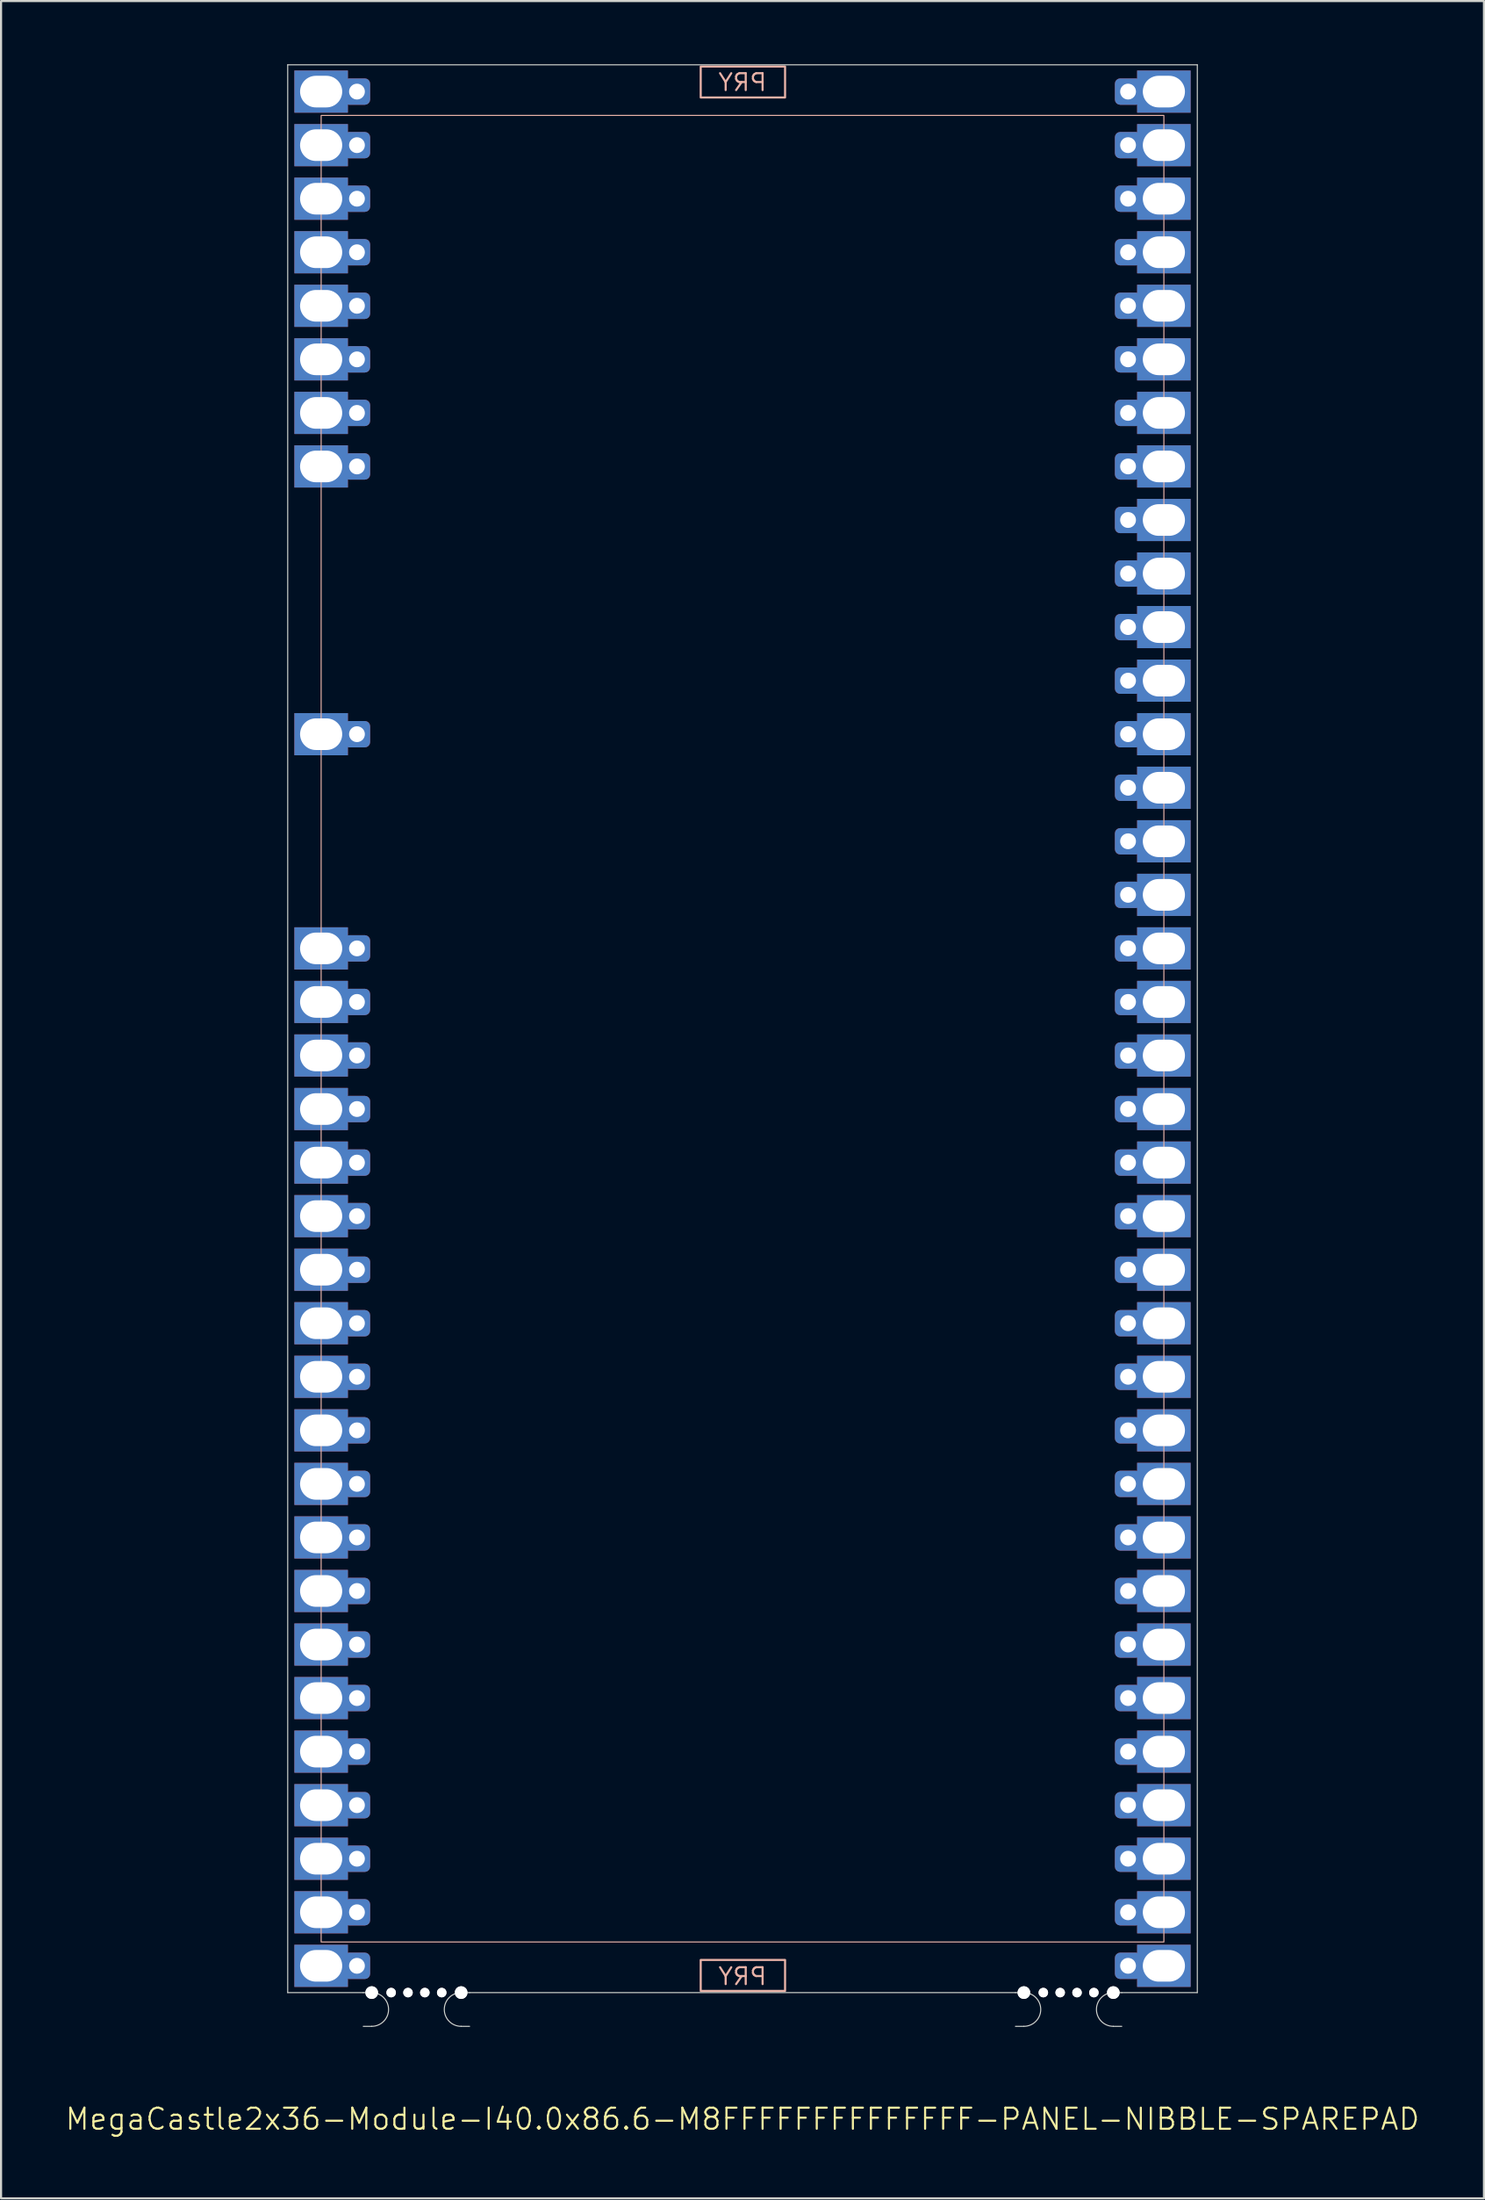
<source format=kicad_pcb>
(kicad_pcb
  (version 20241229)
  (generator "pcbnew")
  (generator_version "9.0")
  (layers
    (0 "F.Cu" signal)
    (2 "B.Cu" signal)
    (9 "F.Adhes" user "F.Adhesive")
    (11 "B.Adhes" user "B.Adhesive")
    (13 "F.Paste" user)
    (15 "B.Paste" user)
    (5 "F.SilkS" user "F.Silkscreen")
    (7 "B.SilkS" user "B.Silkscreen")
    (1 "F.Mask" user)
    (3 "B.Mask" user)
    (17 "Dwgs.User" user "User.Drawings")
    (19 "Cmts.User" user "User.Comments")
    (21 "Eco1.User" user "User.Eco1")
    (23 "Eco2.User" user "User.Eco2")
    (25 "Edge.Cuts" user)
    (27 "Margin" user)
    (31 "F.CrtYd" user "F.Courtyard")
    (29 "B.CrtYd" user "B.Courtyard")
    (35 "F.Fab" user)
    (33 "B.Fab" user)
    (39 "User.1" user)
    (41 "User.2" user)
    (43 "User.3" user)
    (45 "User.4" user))
  (footprint "MegaCastle2x36-Module-I40.0x86.6-M8FFFFFFFFFFFFFF-PANEL-NIBBLE-SPAREPAD"
    (layer "F.Cu")
    (at 32.193 45.745)
    (property "Reference" "MegaCastle2x36-Module-I40.0x86.6-M8FFFFFFFFFFFFFF-PANEL-NIBBLE-SPAREPAD" (at 0 51.72 0) (unlocked yes) (layer "F.SilkS") (effects (font (size 1 1) (thickness 0.1))))
    (attr smd)
    (fp_rect (start -20 43.32) (end 20 -43.32) (stroke (width 0.05) (type default)) (fill no) (layer "B.SilkS"))
    (fp_rect (start -1.984 -44.171) (end 2.02 -45.64) (stroke (width 0.1) (type default)) (fill no) (layer "B.SilkS"))
    (fp_rect (start -1.984 44.171) (end 2.02 45.64) (stroke (width 0.1) (type default)) (fill no) (layer "B.SilkS"))
    (fp_line (start -21.587 -45.72) (end -21.587 45.72) (stroke (width 0.05) (type default)) (layer "Edge.Cuts"))
    (fp_line (start -21.587 -45.72) (end 21.587 -45.72) (stroke (width 0.05) (type default)) (layer "Edge.Cuts"))
    (fp_line (start -21.587 45.72) (end -18 45.72) (stroke (width 0.05) (type default)) (layer "Edge.Cuts"))
    (fp_line (start -18 45.72) (end -17.6 45.72) (stroke (width 0.05) (type default)) (layer "Edge.Cuts"))
    (fp_line (start -18 47.32) (end -17.6 47.32) (stroke (width 0.05) (type default)) (layer "Edge.Cuts"))
    (fp_line (start -12.955 45.72) (end -13.355 45.72) (stroke (width 0.05) (type default)) (layer "Edge.Cuts"))
    (fp_line (start -12.955 45.72) (end 12.955 45.72) (stroke (width 0.05) (type default)) (layer "Edge.Cuts"))
    (fp_line (start -12.955 47.32) (end -13.355 47.32) (stroke (width 0.05) (type default)) (layer "Edge.Cuts"))
    (fp_line (start 12.955 45.72) (end 13.355 45.72) (stroke (width 0.05) (type default)) (layer "Edge.Cuts"))
    (fp_line (start 12.955 47.32) (end 13.355 47.32) (stroke (width 0.05) (type default)) (layer "Edge.Cuts"))
    (fp_line (start 18 45.72) (end 17.6 45.72) (stroke (width 0.05) (type default)) (layer "Edge.Cuts"))
    (fp_line (start 18 45.72) (end 21.587 45.72) (stroke (width 0.05) (type default)) (layer "Edge.Cuts"))
    (fp_line (start 18 47.32) (end 17.6 47.32) (stroke (width 0.05) (type default)) (layer "Edge.Cuts"))
    (fp_line (start 21.587 -45.72) (end 21.587 45.72) (stroke (width 0.05) (type default)) (layer "Edge.Cuts"))
    (fp_arc (start -17.6 45.720001) (mid -16.799999 46.52) (end -17.6 47.32) (stroke (width 0.05) (type default)) (layer "Edge.Cuts"))
    (fp_arc (start -13.355 47.32) (mid -14.154999 46.520001) (end -13.355 45.720001) (stroke (width 0.05) (type default)) (layer "Edge.Cuts"))
    (fp_arc (start 13.355001 45.720001) (mid 14.155002 46.52) (end 13.355001 47.32) (stroke (width 0.05) (type default)) (layer "Edge.Cuts"))
    (fp_arc (start 17.600002 47.32) (mid 16.8 46.52) (end 17.600002 45.720001) (stroke (width 0.05) (type default)) (layer "Edge.Cuts"))
    (fp_text user "PRY" (at 0 45.42 0) (unlocked yes) (layer "B.SilkS") (effects (font (size 0.8 0.8) (thickness 0.1)) (justify bottom mirror)))
    (fp_text user "PRY" (at 0 -44.42 0) (unlocked yes) (layer "B.SilkS") (effects (font (size 0.8 0.8) (thickness 0.1)) (justify bottom mirror)))
    (pad "" np_thru_hole circle (at -17.6 45.72) (size 0.6 0.6) (drill 0.6) (layers "*.Cu" "Edge.Cuts"))
    (pad "" np_thru_hole circle (at -16.677 45.72) (size 0.45 0.45) (drill 0.45) (layers "*.Cu" "Edge.Cuts"))
    (pad "" np_thru_hole circle (at -15.878 45.72) (size 0.45 0.45) (drill 0.45) (layers "*.Cu" "Edge.Cuts"))
    (pad "" np_thru_hole circle (at -15.078 45.72) (size 0.45 0.45) (drill 0.45) (layers "*.Cu" "Edge.Cuts"))
    (pad "" np_thru_hole circle (at -14.277 45.72) (size 0.45 0.45) (drill 0.45) (layers "*.Cu" "Edge.Cuts"))
    (pad "" np_thru_hole circle (at -13.355 45.72) (size 0.6 0.6) (drill 0.6) (layers "*.Cu" "Edge.Cuts"))
    (pad "" np_thru_hole circle (at 13.355 45.72) (size 0.6 0.6) (drill 0.6) (layers "*.Cu" "Edge.Cuts"))
    (pad "" np_thru_hole circle (at 14.278 45.72) (size 0.45 0.45) (drill 0.45) (layers "*.Cu" "Edge.Cuts"))
    (pad "" np_thru_hole circle (at 15.078 45.72) (size 0.45 0.45) (drill 0.45) (layers "*.Cu" "Edge.Cuts"))
    (pad "" np_thru_hole circle (at 15.878 45.72) (size 0.45 0.45) (drill 0.45) (layers "*.Cu" "Edge.Cuts"))
    (pad "" np_thru_hole circle (at 16.678 45.72) (size 0.45 0.45) (drill 0.45) (layers "*.Cu" "Edge.Cuts"))
    (pad "" np_thru_hole circle (at 17.6 45.72) (size 0.6 0.6) (drill 0.6) (layers "*.Cu" "Edge.Cuts"))
    (pad "1" thru_hole rect (at -20 -44.45) (size 2.54 2) (drill oval 2 1.5) (property pad_prop_castellated) (layers "*.Cu" "*.Mask"))
    (pad "1" thru_hole roundrect (at -18.3 -44.45 180) (size 1.25 1.25) (drill 0.75) (layers "*.Cu" "*.Mask") (roundrect_rratio 0.2))
    (pad "2" thru_hole rect (at -20 -41.91) (size 2.54 2) (drill oval 2 1.5) (property pad_prop_castellated) (layers "*.Cu" "*.Mask"))
    (pad "2" thru_hole roundrect (at -18.3 -41.91 180) (size 1.25 1.25) (drill 0.75) (layers "*.Cu" "*.Mask") (roundrect_rratio 0.2))
    (pad "3" thru_hole rect (at -20 -39.37) (size 2.54 2) (drill oval 2 1.5) (property pad_prop_castellated) (layers "*.Cu" "*.Mask"))
    (pad "3" thru_hole roundrect (at -18.3 -39.37 180) (size 1.25 1.25) (drill 0.75) (layers "*.Cu" "*.Mask") (roundrect_rratio 0.2))
    (pad "4" thru_hole rect (at -20 -36.83) (size 2.54 2) (drill oval 2 1.5) (property pad_prop_castellated) (layers "*.Cu" "*.Mask"))
    (pad "4" thru_hole roundrect (at -18.3 -36.83 180) (size 1.25 1.25) (drill 0.75) (layers "*.Cu" "*.Mask") (roundrect_rratio 0.2))
    (pad "5" thru_hole rect (at -20 -34.29) (size 2.54 2) (drill oval 2 1.5) (property pad_prop_castellated) (layers "*.Cu" "*.Mask"))
    (pad "5" thru_hole roundrect (at -18.3 -34.29 180) (size 1.25 1.25) (drill 0.75) (layers "*.Cu" "*.Mask") (roundrect_rratio 0.2))
    (pad "6" thru_hole rect (at -20 -31.75) (size 2.54 2) (drill oval 2 1.5) (property pad_prop_castellated) (layers "*.Cu" "*.Mask"))
    (pad "6" thru_hole roundrect (at -18.3 -31.75 180) (size 1.25 1.25) (drill 0.75) (layers "*.Cu" "*.Mask") (roundrect_rratio 0.2))
    (pad "7" thru_hole rect (at -20 -29.21) (size 2.54 2) (drill oval 2 1.5) (property pad_prop_castellated) (layers "*.Cu" "*.Mask"))
    (pad "7" thru_hole roundrect (at -18.3 -29.21 180) (size 1.25 1.25) (drill 0.75) (layers "*.Cu" "*.Mask") (roundrect_rratio 0.2))
    (pad "8" thru_hole rect (at -20 -26.67) (size 2.54 2) (drill oval 2 1.5) (property pad_prop_castellated) (layers "*.Cu" "*.Mask"))
    (pad "8" thru_hole roundrect (at -18.3 -26.67 180) (size 1.25 1.25) (drill 0.75) (layers "*.Cu" "*.Mask") (roundrect_rratio 0.2))
    (pad "13" thru_hole rect (at -20 -13.97) (size 2.54 2) (drill oval 2 1.5) (property pad_prop_castellated) (layers "*.Cu" "*.Mask"))
    (pad "13" thru_hole roundrect (at -18.3 -13.97 180) (size 1.25 1.25) (drill 0.75) (layers "*.Cu" "*.Mask") (roundrect_rratio 0.2))
    (pad "17" thru_hole rect (at -20 -3.81) (size 2.54 2) (drill oval 2 1.5) (property pad_prop_castellated) (layers "*.Cu" "*.Mask"))
    (pad "17" thru_hole roundrect (at -18.3 -3.81 180) (size 1.25 1.25) (drill 0.75) (layers "*.Cu" "*.Mask") (roundrect_rratio 0.2))
    (pad "18" thru_hole rect (at -20 -1.27) (size 2.54 2) (drill oval 2 1.5) (property pad_prop_castellated) (layers "*.Cu" "*.Mask"))
    (pad "18" thru_hole roundrect (at -18.3 -1.27 180) (size 1.25 1.25) (drill 0.75) (layers "*.Cu" "*.Mask") (roundrect_rratio 0.2))
    (pad "19" thru_hole rect (at -20 1.27) (size 2.54 2) (drill oval 2 1.5) (property pad_prop_castellated) (layers "*.Cu" "*.Mask"))
    (pad "19" thru_hole roundrect (at -18.3 1.27 180) (size 1.25 1.25) (drill 0.75) (layers "*.Cu" "*.Mask") (roundrect_rratio 0.2))
    (pad "20" thru_hole rect (at -20 3.81) (size 2.54 2) (drill oval 2 1.5) (property pad_prop_castellated) (layers "*.Cu" "*.Mask"))
    (pad "20" thru_hole roundrect (at -18.3 3.81 180) (size 1.25 1.25) (drill 0.75) (layers "*.Cu" "*.Mask") (roundrect_rratio 0.2))
    (pad "21" thru_hole rect (at -20 6.35) (size 2.54 2) (drill oval 2 1.5) (property pad_prop_castellated) (layers "*.Cu" "*.Mask"))
    (pad "21" thru_hole roundrect (at -18.3 6.35 180) (size 1.25 1.25) (drill 0.75) (layers "*.Cu" "*.Mask") (roundrect_rratio 0.2))
    (pad "22" thru_hole rect (at -20 8.89) (size 2.54 2) (drill oval 2 1.5) (property pad_prop_castellated) (layers "*.Cu" "*.Mask"))
    (pad "22" thru_hole roundrect (at -18.3 8.89 180) (size 1.25 1.25) (drill 0.75) (layers "*.Cu" "*.Mask") (roundrect_rratio 0.2))
    (pad "23" thru_hole rect (at -20 11.43) (size 2.54 2) (drill oval 2 1.5) (property pad_prop_castellated) (layers "*.Cu" "*.Mask"))
    (pad "23" thru_hole roundrect (at -18.3 11.43 180) (size 1.25 1.25) (drill 0.75) (layers "*.Cu" "*.Mask") (roundrect_rratio 0.2))
    (pad "24" thru_hole rect (at -20 13.97) (size 2.54 2) (drill oval 2 1.5) (property pad_prop_castellated) (layers "*.Cu" "*.Mask"))
    (pad "24" thru_hole roundrect (at -18.3 13.97 180) (size 1.25 1.25) (drill 0.75) (layers "*.Cu" "*.Mask") (roundrect_rratio 0.2))
    (pad "25" thru_hole rect (at -20 16.51) (size 2.54 2) (drill oval 2 1.5) (property pad_prop_castellated) (layers "*.Cu" "*.Mask"))
    (pad "25" thru_hole roundrect (at -18.3 16.51 180) (size 1.25 1.25) (drill 0.75) (layers "*.Cu" "*.Mask") (roundrect_rratio 0.2))
    (pad "26" thru_hole rect (at -20 19.05) (size 2.54 2) (drill oval 2 1.5) (property pad_prop_castellated) (layers "*.Cu" "*.Mask"))
    (pad "26" thru_hole roundrect (at -18.3 19.05 180) (size 1.25 1.25) (drill 0.75) (layers "*.Cu" "*.Mask") (roundrect_rratio 0.2))
    (pad "27" thru_hole rect (at -20 21.59) (size 2.54 2) (drill oval 2 1.5) (property pad_prop_castellated) (layers "*.Cu" "*.Mask"))
    (pad "27" thru_hole roundrect (at -18.3 21.59 180) (size 1.25 1.25) (drill 0.75) (layers "*.Cu" "*.Mask") (roundrect_rratio 0.2))
    (pad "28" thru_hole rect (at -20 24.13) (size 2.54 2) (drill oval 2 1.5) (property pad_prop_castellated) (layers "*.Cu" "*.Mask"))
    (pad "28" thru_hole roundrect (at -18.3 24.13 180) (size 1.25 1.25) (drill 0.75) (layers "*.Cu" "*.Mask") (roundrect_rratio 0.2))
    (pad "29" thru_hole rect (at -20 26.67) (size 2.54 2) (drill oval 2 1.5) (property pad_prop_castellated) (layers "*.Cu" "*.Mask"))
    (pad "29" thru_hole roundrect (at -18.3 26.67 180) (size 1.25 1.25) (drill 0.75) (layers "*.Cu" "*.Mask") (roundrect_rratio 0.2))
    (pad "30" thru_hole rect (at -20 29.21) (size 2.54 2) (drill oval 2 1.5) (property pad_prop_castellated) (layers "*.Cu" "*.Mask"))
    (pad "30" thru_hole roundrect (at -18.3 29.21 180) (size 1.25 1.25) (drill 0.75) (layers "*.Cu" "*.Mask") (roundrect_rratio 0.2))
    (pad "31" thru_hole rect (at -20 31.75) (size 2.54 2) (drill oval 2 1.5) (property pad_prop_castellated) (layers "*.Cu" "*.Mask"))
    (pad "31" thru_hole roundrect (at -18.3 31.75 180) (size 1.25 1.25) (drill 0.75) (layers "*.Cu" "*.Mask") (roundrect_rratio 0.2))
    (pad "32" thru_hole rect (at -20 34.29) (size 2.54 2) (drill oval 2 1.5) (property pad_prop_castellated) (layers "*.Cu" "*.Mask"))
    (pad "32" thru_hole roundrect (at -18.3 34.29 180) (size 1.25 1.25) (drill 0.75) (layers "*.Cu" "*.Mask") (roundrect_rratio 0.2))
    (pad "33" thru_hole rect (at -20 36.83) (size 2.54 2) (drill oval 2 1.5) (property pad_prop_castellated) (layers "*.Cu" "*.Mask"))
    (pad "33" thru_hole roundrect (at -18.3 36.83 180) (size 1.25 1.25) (drill 0.75) (layers "*.Cu" "*.Mask") (roundrect_rratio 0.2))
    (pad "34" thru_hole rect (at -20 39.37) (size 2.54 2) (drill oval 2 1.5) (property pad_prop_castellated) (layers "*.Cu" "*.Mask"))
    (pad "34" thru_hole roundrect (at -18.3 39.37 180) (size 1.25 1.25) (drill 0.75) (layers "*.Cu" "*.Mask") (roundrect_rratio 0.2))
    (pad "35" thru_hole rect (at -20 41.91) (size 2.54 2) (drill oval 2 1.5) (property pad_prop_castellated) (layers "*.Cu" "*.Mask"))
    (pad "35" thru_hole roundrect (at -18.3 41.91 180) (size 1.25 1.25) (drill 0.75) (layers "*.Cu" "*.Mask") (roundrect_rratio 0.2))
    (pad "36" thru_hole rect (at -20 44.45) (size 2.54 2) (drill oval 2 1.5) (property pad_prop_castellated) (layers "*.Cu" "*.Mask"))
    (pad "36" thru_hole roundrect (at -18.3 44.45 180) (size 1.25 1.25) (drill 0.75) (layers "*.Cu" "*.Mask") (roundrect_rratio 0.2))
    (pad "37" thru_hole roundrect (at 18.3 -44.45 180) (size 1.25 1.25) (drill 0.75) (layers "*.Cu" "*.Mask") (roundrect_rratio 0.2))
    (pad "37" thru_hole rect (at 20 -44.45) (size 2.54 2) (drill oval 2 1.5) (property pad_prop_castellated) (layers "*.Cu" "*.Mask"))
    (pad "38" thru_hole roundrect (at 18.3 -41.91 180) (size 1.25 1.25) (drill 0.75) (layers "*.Cu" "*.Mask") (roundrect_rratio 0.2))
    (pad "38" thru_hole rect (at 20 -41.91) (size 2.54 2) (drill oval 2 1.5) (property pad_prop_castellated) (layers "*.Cu" "*.Mask"))
    (pad "39" thru_hole roundrect (at 18.3 -39.37 180) (size 1.25 1.25) (drill 0.75) (layers "*.Cu" "*.Mask") (roundrect_rratio 0.2))
    (pad "39" thru_hole rect (at 20 -39.37) (size 2.54 2) (drill oval 2 1.5) (property pad_prop_castellated) (layers "*.Cu" "*.Mask"))
    (pad "40" thru_hole roundrect (at 18.3 -36.83 180) (size 1.25 1.25) (drill 0.75) (layers "*.Cu" "*.Mask") (roundrect_rratio 0.2))
    (pad "40" thru_hole rect (at 20 -36.83) (size 2.54 2) (drill oval 2 1.5) (property pad_prop_castellated) (layers "*.Cu" "*.Mask"))
    (pad "41" thru_hole roundrect (at 18.3 -34.29 180) (size 1.25 1.25) (drill 0.75) (layers "*.Cu" "*.Mask") (roundrect_rratio 0.2))
    (pad "41" thru_hole rect (at 20 -34.29) (size 2.54 2) (drill oval 2 1.5) (property pad_prop_castellated) (layers "*.Cu" "*.Mask"))
    (pad "42" thru_hole roundrect (at 18.3 -31.75 180) (size 1.25 1.25) (drill 0.75) (layers "*.Cu" "*.Mask") (roundrect_rratio 0.2))
    (pad "42" thru_hole rect (at 20 -31.75) (size 2.54 2) (drill oval 2 1.5) (property pad_prop_castellated) (layers "*.Cu" "*.Mask"))
    (pad "43" thru_hole roundrect (at 18.3 -29.21 180) (size 1.25 1.25) (drill 0.75) (layers "*.Cu" "*.Mask") (roundrect_rratio 0.2))
    (pad "43" thru_hole rect (at 20 -29.21) (size 2.54 2) (drill oval 2 1.5) (property pad_prop_castellated) (layers "*.Cu" "*.Mask"))
    (pad "44" thru_hole roundrect (at 18.3 -26.67 180) (size 1.25 1.25) (drill 0.75) (layers "*.Cu" "*.Mask") (roundrect_rratio 0.2))
    (pad "44" thru_hole rect (at 20 -26.67) (size 2.54 2) (drill oval 2 1.5) (property pad_prop_castellated) (layers "*.Cu" "*.Mask"))
    (pad "45" thru_hole roundrect (at 18.3 -24.13 180) (size 1.25 1.25) (drill 0.75) (layers "*.Cu" "*.Mask") (roundrect_rratio 0.2))
    (pad "45" thru_hole rect (at 20 -24.13) (size 2.54 2) (drill oval 2 1.5) (property pad_prop_castellated) (layers "*.Cu" "*.Mask"))
    (pad "46" thru_hole roundrect (at 18.3 -21.59 180) (size 1.25 1.25) (drill 0.75) (layers "*.Cu" "*.Mask") (roundrect_rratio 0.2))
    (pad "46" thru_hole rect (at 20 -21.59) (size 2.54 2) (drill oval 2 1.5) (property pad_prop_castellated) (layers "*.Cu" "*.Mask"))
    (pad "47" thru_hole roundrect (at 18.3 -19.05 180) (size 1.25 1.25) (drill 0.75) (layers "*.Cu" "*.Mask") (roundrect_rratio 0.2))
    (pad "47" thru_hole rect (at 20 -19.05) (size 2.54 2) (drill oval 2 1.5) (property pad_prop_castellated) (layers "*.Cu" "*.Mask"))
    (pad "48" thru_hole roundrect (at 18.3 -16.51 180) (size 1.25 1.25) (drill 0.75) (layers "*.Cu" "*.Mask") (roundrect_rratio 0.2))
    (pad "48" thru_hole rect (at 20 -16.51) (size 2.54 2) (drill oval 2 1.5) (property pad_prop_castellated) (layers "*.Cu" "*.Mask"))
    (pad "49" thru_hole roundrect (at 18.3 -13.97 180) (size 1.25 1.25) (drill 0.75) (layers "*.Cu" "*.Mask") (roundrect_rratio 0.2))
    (pad "49" thru_hole rect (at 20 -13.97) (size 2.54 2) (drill oval 2 1.5) (property pad_prop_castellated) (layers "*.Cu" "*.Mask"))
    (pad "50" thru_hole roundrect (at 18.3 -11.43 180) (size 1.25 1.25) (drill 0.75) (layers "*.Cu" "*.Mask") (roundrect_rratio 0.2))
    (pad "50" thru_hole rect (at 20 -11.43) (size 2.54 2) (drill oval 2 1.5) (property pad_prop_castellated) (layers "*.Cu" "*.Mask"))
    (pad "51" thru_hole roundrect (at 18.3 -8.89 180) (size 1.25 1.25) (drill 0.75) (layers "*.Cu" "*.Mask") (roundrect_rratio 0.2))
    (pad "51" thru_hole rect (at 20 -8.89) (size 2.54 2) (drill oval 2 1.5) (property pad_prop_castellated) (layers "*.Cu" "*.Mask"))
    (pad "52" thru_hole roundrect (at 18.3 -6.35 180) (size 1.25 1.25) (drill 0.75) (layers "*.Cu" "*.Mask") (roundrect_rratio 0.2))
    (pad "52" thru_hole rect (at 20 -6.35) (size 2.54 2) (drill oval 2 1.5) (property pad_prop_castellated) (layers "*.Cu" "*.Mask"))
    (pad "53" thru_hole roundrect (at 18.3 -3.81 180) (size 1.25 1.25) (drill 0.75) (layers "*.Cu" "*.Mask") (roundrect_rratio 0.2))
    (pad "53" thru_hole rect (at 20 -3.81) (size 2.54 2) (drill oval 2 1.5) (property pad_prop_castellated) (layers "*.Cu" "*.Mask"))
    (pad "54" thru_hole roundrect (at 18.3 -1.27 180) (size 1.25 1.25) (drill 0.75) (layers "*.Cu" "*.Mask") (roundrect_rratio 0.2))
    (pad "54" thru_hole rect (at 20 -1.27) (size 2.54 2) (drill oval 2 1.5) (property pad_prop_castellated) (layers "*.Cu" "*.Mask"))
    (pad "55" thru_hole roundrect (at 18.3 1.27 180) (size 1.25 1.25) (drill 0.75) (layers "*.Cu" "*.Mask") (roundrect_rratio 0.2))
    (pad "55" thru_hole rect (at 20 1.27) (size 2.54 2) (drill oval 2 1.5) (property pad_prop_castellated) (layers "*.Cu" "*.Mask"))
    (pad "56" thru_hole roundrect (at 18.3 3.81 180) (size 1.25 1.25) (drill 0.75) (layers "*.Cu" "*.Mask") (roundrect_rratio 0.2))
    (pad "56" thru_hole rect (at 20 3.81) (size 2.54 2) (drill oval 2 1.5) (property pad_prop_castellated) (layers "*.Cu" "*.Mask"))
    (pad "57" thru_hole roundrect (at 18.3 6.35 180) (size 1.25 1.25) (drill 0.75) (layers "*.Cu" "*.Mask") (roundrect_rratio 0.2))
    (pad "57" thru_hole rect (at 20 6.35) (size 2.54 2) (drill oval 2 1.5) (property pad_prop_castellated) (layers "*.Cu" "*.Mask"))
    (pad "58" thru_hole roundrect (at 18.3 8.89 180) (size 1.25 1.25) (drill 0.75) (layers "*.Cu" "*.Mask") (roundrect_rratio 0.2))
    (pad "58" thru_hole rect (at 20 8.89) (size 2.54 2) (drill oval 2 1.5) (property pad_prop_castellated) (layers "*.Cu" "*.Mask"))
    (pad "59" thru_hole roundrect (at 18.3 11.43 180) (size 1.25 1.25) (drill 0.75) (layers "*.Cu" "*.Mask") (roundrect_rratio 0.2))
    (pad "59" thru_hole rect (at 20 11.43) (size 2.54 2) (drill oval 2 1.5) (property pad_prop_castellated) (layers "*.Cu" "*.Mask"))
    (pad "60" thru_hole roundrect (at 18.3 13.97 180) (size 1.25 1.25) (drill 0.75) (layers "*.Cu" "*.Mask") (roundrect_rratio 0.2))
    (pad "60" thru_hole rect (at 20 13.97) (size 2.54 2) (drill oval 2 1.5) (property pad_prop_castellated) (layers "*.Cu" "*.Mask"))
    (pad "61" thru_hole roundrect (at 18.3 16.51 180) (size 1.25 1.25) (drill 0.75) (layers "*.Cu" "*.Mask") (roundrect_rratio 0.2))
    (pad "61" thru_hole rect (at 20 16.51) (size 2.54 2) (drill oval 2 1.5) (property pad_prop_castellated) (layers "*.Cu" "*.Mask"))
    (pad "62" thru_hole roundrect (at 18.3 19.05 180) (size 1.25 1.25) (drill 0.75) (layers "*.Cu" "*.Mask") (roundrect_rratio 0.2))
    (pad "62" thru_hole rect (at 20 19.05) (size 2.54 2) (drill oval 2 1.5) (property pad_prop_castellated) (layers "*.Cu" "*.Mask"))
    (pad "63" thru_hole roundrect (at 18.3 21.59 180) (size 1.25 1.25) (drill 0.75) (layers "*.Cu" "*.Mask") (roundrect_rratio 0.2))
    (pad "63" thru_hole rect (at 20 21.59) (size 2.54 2) (drill oval 2 1.5) (property pad_prop_castellated) (layers "*.Cu" "*.Mask"))
    (pad "64" thru_hole roundrect (at 18.3 24.13 180) (size 1.25 1.25) (drill 0.75) (layers "*.Cu" "*.Mask") (roundrect_rratio 0.2))
    (pad "64" thru_hole rect (at 20 24.13) (size 2.54 2) (drill oval 2 1.5) (property pad_prop_castellated) (layers "*.Cu" "*.Mask"))
    (pad "65" thru_hole roundrect (at 18.3 26.67 180) (size 1.25 1.25) (drill 0.75) (layers "*.Cu" "*.Mask") (roundrect_rratio 0.2))
    (pad "65" thru_hole rect (at 20 26.67) (size 2.54 2) (drill oval 2 1.5) (property pad_prop_castellated) (layers "*.Cu" "*.Mask"))
    (pad "66" thru_hole roundrect (at 18.3 29.21 180) (size 1.25 1.25) (drill 0.75) (layers "*.Cu" "*.Mask") (roundrect_rratio 0.2))
    (pad "66" thru_hole rect (at 20 29.21) (size 2.54 2) (drill oval 2 1.5) (property pad_prop_castellated) (layers "*.Cu" "*.Mask"))
    (pad "67" thru_hole roundrect (at 18.3 31.75 180) (size 1.25 1.25) (drill 0.75) (layers "*.Cu" "*.Mask") (roundrect_rratio 0.2))
    (pad "67" thru_hole rect (at 20 31.75) (size 2.54 2) (drill oval 2 1.5) (property pad_prop_castellated) (layers "*.Cu" "*.Mask"))
    (pad "68" thru_hole roundrect (at 18.3 34.29 180) (size 1.25 1.25) (drill 0.75) (layers "*.Cu" "*.Mask") (roundrect_rratio 0.2))
    (pad "68" thru_hole rect (at 20 34.29) (size 2.54 2) (drill oval 2 1.5) (property pad_prop_castellated) (layers "*.Cu" "*.Mask"))
    (pad "69" thru_hole roundrect (at 18.3 36.83 180) (size 1.25 1.25) (drill 0.75) (layers "*.Cu" "*.Mask") (roundrect_rratio 0.2))
    (pad "69" thru_hole rect (at 20 36.83) (size 2.54 2) (drill oval 2 1.5) (property pad_prop_castellated) (layers "*.Cu" "*.Mask"))
    (pad "70" thru_hole roundrect (at 18.3 39.37 180) (size 1.25 1.25) (drill 0.75) (layers "*.Cu" "*.Mask") (roundrect_rratio 0.2))
    (pad "70" thru_hole rect (at 20 39.37) (size 2.54 2) (drill oval 2 1.5) (property pad_prop_castellated) (layers "*.Cu" "*.Mask"))
    (pad "71" thru_hole roundrect (at 18.3 41.91 180) (size 1.25 1.25) (drill 0.75) (layers "*.Cu" "*.Mask") (roundrect_rratio 0.2))
    (pad "71" thru_hole rect (at 20 41.91) (size 2.54 2) (drill oval 2 1.5) (property pad_prop_castellated) (layers "*.Cu" "*.Mask"))
    (pad "72" thru_hole roundrect (at 18.3 44.45 180) (size 1.25 1.25) (drill 0.75) (layers "*.Cu" "*.Mask") (roundrect_rratio 0.2))
    (pad "72" thru_hole rect (at 20 44.45) (size 2.54 2) (drill oval 2 1.5) (property pad_prop_castellated) (layers "*.Cu" "*.Mask"))
    (zone (net_name "") (layer "B.Cu") (hatch edge 0.5) (connect_pads) (min_thickness 0.25) (filled_areas_thickness no) (keepout (tracks allowed) (vias allowed) (pads allowed) (copperpour allowed) (footprints not_allowed)) (placement (enabled no)) (fill) (polygon (pts (xy 12.193 91.465) (xy 12.193 0.025))))
    (zone (net_name "") (layer "B.Cu") (hatch edge 0.5) (connect_pads) (min_thickness 0.25) (filled_areas_thickness no) (keepout (tracks allowed) (vias allowed) (pads allowed) (copperpour allowed) (footprints not_allowed)) (placement (enabled no)) (fill) (polygon (pts (xy 52.193 91.465) (xy 52.193 0.025))))
    (zone (net_name "") (layer "B.Cu") (hatch edge 0.5) (connect_pads) (min_thickness 0.25) (filled_areas_thickness no) (keepout (tracks allowed) (vias allowed) (pads allowed) (copperpour allowed) (footprints not_allowed)) (placement (enabled no)) (fill) (polygon (pts (xy 12.193 0.025) (xy 12.193 2.425) (xy 52.193 2.425) (xy 52.193 0.025))))
    (zone (net_name "") (layer "B.Cu") (hatch edge 0.5) (connect_pads) (min_thickness 0.25) (filled_areas_thickness no) (keepout (tracks allowed) (vias allowed) (pads allowed) (copperpour allowed) (footprints not_allowed)) (placement (enabled no)) (fill) (polygon (pts (xy 12.193 91.465) (xy 12.193 89.065) (xy 52.193 89.065) (xy 52.193 91.465))))
    (zone (net_name "") (layer "B.Cu") (name "Upper Pry Zone") (hatch edge 0.5) (connect_pads) (min_thickness 0.25) (filled_areas_thickness no) (keepout (tracks not_allowed) (vias not_allowed) (pads not_allowed) (copperpour allowed) (footprints not_allowed)) (placement (enabled no)) (fill) (polygon (pts (xy 30.209 1.574) (xy 30.209 0.105) (xy 34.212 0.105) (xy 34.212 1.574))))
    (zone (net_name "") (layer "B.Cu") (name "Upper Pry Zone") (hatch edge 0.5) (connect_pads) (min_thickness 0.25) (filled_areas_thickness no) (keepout (tracks not_allowed) (vias not_allowed) (pads not_allowed) (copperpour allowed) (footprints not_allowed)) (placement (enabled no)) (fill) (polygon (pts (xy 30.209 89.916) (xy 30.209 91.385) (xy 34.212 91.385) (xy 34.212 89.916)))))
  (gr_rect
    (start -3 -3)
    (end 67.386 101.226)
    (stroke (width 0.1) (type default))
    (fill no)
    (layer "Edge.Cuts")))
</source>
